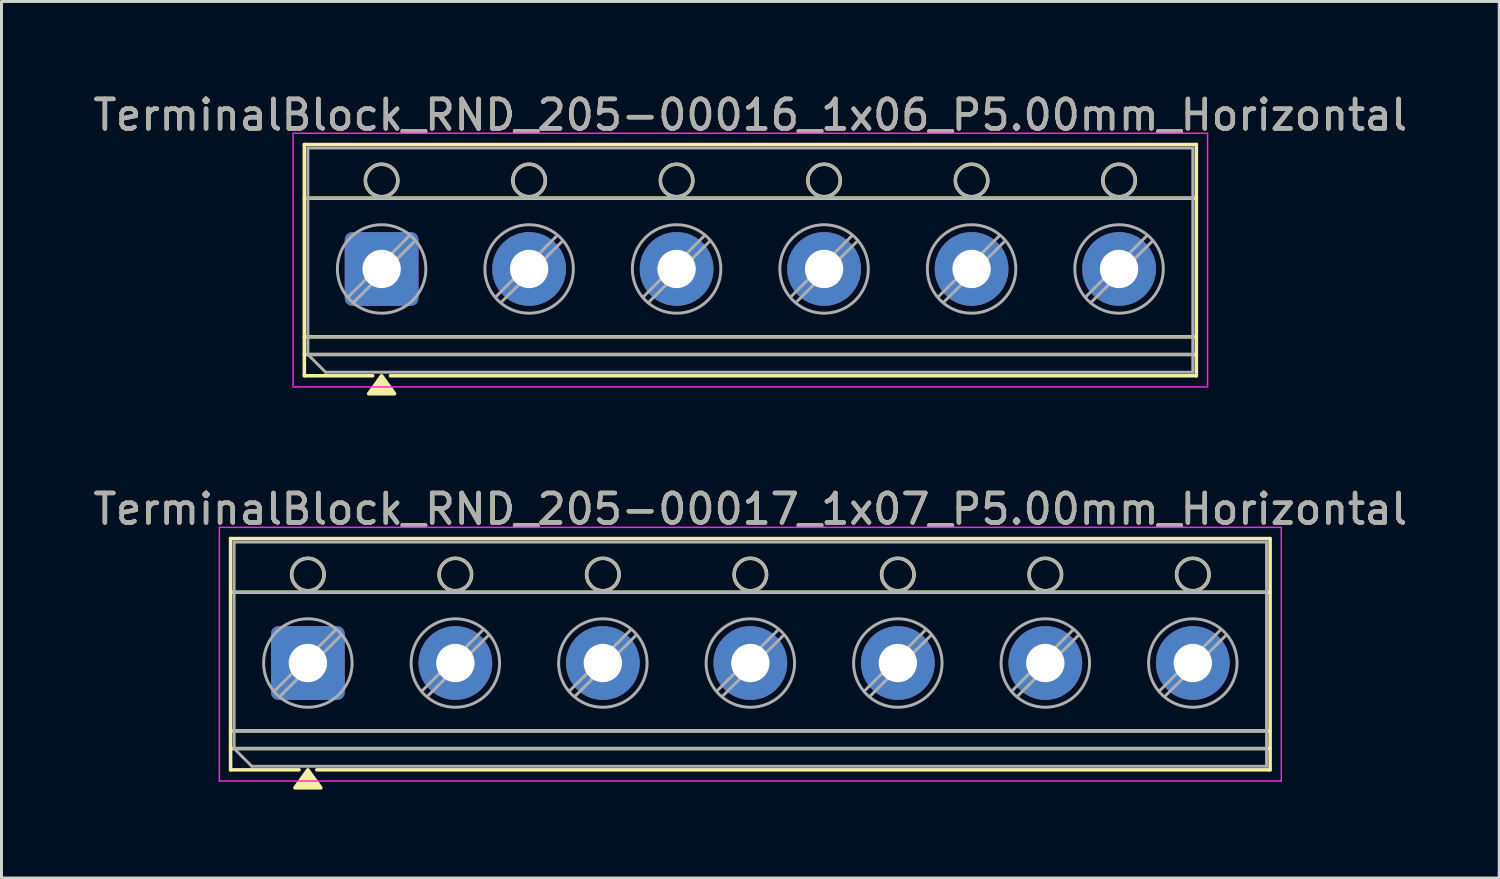
<source format=kicad_pcb>
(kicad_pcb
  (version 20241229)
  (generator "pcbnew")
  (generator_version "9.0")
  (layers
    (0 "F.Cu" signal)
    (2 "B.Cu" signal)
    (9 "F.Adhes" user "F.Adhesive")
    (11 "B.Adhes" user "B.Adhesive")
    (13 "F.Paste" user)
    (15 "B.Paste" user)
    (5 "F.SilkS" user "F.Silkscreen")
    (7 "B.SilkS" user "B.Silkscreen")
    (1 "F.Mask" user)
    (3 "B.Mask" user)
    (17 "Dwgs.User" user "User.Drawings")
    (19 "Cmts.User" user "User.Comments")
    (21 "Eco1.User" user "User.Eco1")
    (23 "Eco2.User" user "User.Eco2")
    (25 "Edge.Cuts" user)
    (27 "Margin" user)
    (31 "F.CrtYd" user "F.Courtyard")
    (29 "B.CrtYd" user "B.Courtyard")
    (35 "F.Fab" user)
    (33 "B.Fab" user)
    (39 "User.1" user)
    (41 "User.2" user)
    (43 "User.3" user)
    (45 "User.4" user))
  (footprint "TerminalBlock_RND_205-00016_1x06_P5.00mm_Horizontal"
    (layer "F.Cu")
    (at 9.887 6.068)
    (property "Reference" "TerminalBlock_RND_205-00016_1x06_P5.00mm_Horizontal" (at 12.5 -5.22 0) (layer "F.SilkS") (effects (font (size 1 1) (thickness 0.15))))
    (attr through_hole)
    (fp_line (start -2.62 -4.22) (end -2.62 3.62) (stroke (width 0.12) (type solid)) (layer "F.SilkS"))
    (fp_line (start -2.62 -4.22) (end 27.62 -4.22) (stroke (width 0.12) (type solid)) (layer "F.SilkS"))
    (fp_line (start -2.62 -2.4) (end 27.62 -2.4) (stroke (width 0.12) (type solid)) (layer "F.SilkS"))
    (fp_line (start -2.62 2.3) (end 27.62 2.3) (stroke (width 0.12) (type solid)) (layer "F.SilkS"))
    (fp_line (start -2.62 2.9) (end 27.62 2.9) (stroke (width 0.12) (type solid)) (layer "F.SilkS"))
    (fp_line (start -2.62 3.62) (end -0.3 3.62) (stroke (width 0.12) (type solid)) (layer "F.SilkS"))
    (fp_line (start 0.3 3.62) (end 27.62 3.62) (stroke (width 0.12) (type solid)) (layer "F.SilkS"))
    (fp_line (start 27.62 -4.22) (end 27.62 3.62) (stroke (width 0.12) (type solid)) (layer "F.SilkS"))
    (fp_circle (center 0 -3) (end 0.55 -3) (stroke (width 0.12) (type solid)) (fill no) (layer "F.SilkS"))
    (fp_circle (center 5 -3) (end 5.55 -3) (stroke (width 0.12) (type solid)) (fill no) (layer "F.SilkS"))
    (fp_circle (center 10 -3) (end 10.55 -3) (stroke (width 0.12) (type solid)) (fill no) (layer "F.SilkS"))
    (fp_circle (center 15 -3) (end 15.55 -3) (stroke (width 0.12) (type solid)) (fill no) (layer "F.SilkS"))
    (fp_circle (center 20 -3) (end 20.55 -3) (stroke (width 0.12) (type solid)) (fill no) (layer "F.SilkS"))
    (fp_circle (center 25 -3) (end 25.55 -3) (stroke (width 0.12) (type solid)) (fill no) (layer "F.SilkS"))
    (fp_poly (pts (xy 0 3.62) (xy 0.44 4.23) (xy -0.44 4.23)) (stroke (width 0.12) (type solid)) (fill yes) (layer "F.SilkS"))
    (fp_line (start -3 -4.6) (end -3 4) (stroke (width 0.05) (type solid)) (layer "F.CrtYd"))
    (fp_line (start -3 4) (end 28 4) (stroke (width 0.05) (type solid)) (layer "F.CrtYd"))
    (fp_line (start 28 -4.6) (end -3 -4.6) (stroke (width 0.05) (type solid)) (layer "F.CrtYd"))
    (fp_line (start 28 4) (end 28 -4.6) (stroke (width 0.05) (type solid)) (layer "F.CrtYd"))
    (fp_line (start -2.5 -4.1) (end 27.5 -4.1) (stroke (width 0.1) (type solid)) (layer "F.Fab"))
    (fp_line (start -2.5 -2.4) (end 27.5 -2.4) (stroke (width 0.1) (type solid)) (layer "F.Fab"))
    (fp_line (start -2.5 2.3) (end 27.5 2.3) (stroke (width 0.1) (type solid)) (layer "F.Fab"))
    (fp_line (start -2.5 2.9) (end -2.5 -4.1) (stroke (width 0.1) (type solid)) (layer "F.Fab"))
    (fp_line (start -2.5 2.9) (end 27.5 2.9) (stroke (width 0.1) (type solid)) (layer "F.Fab"))
    (fp_line (start -1.9 3.5) (end -2.5 2.9) (stroke (width 0.1) (type solid)) (layer "F.Fab"))
    (fp_line (start 0.955 -1.138) (end -1.138 0.954) (stroke (width 0.1) (type solid)) (layer "F.Fab"))
    (fp_line (start 1.138 -0.954) (end -0.955 1.137) (stroke (width 0.1) (type solid)) (layer "F.Fab"))
    (fp_line (start 5.955 -1.138) (end 3.862 0.954) (stroke (width 0.1) (type solid)) (layer "F.Fab"))
    (fp_line (start 6.138 -0.954) (end 4.045 1.137) (stroke (width 0.1) (type solid)) (layer "F.Fab"))
    (fp_line (start 10.955 -1.138) (end 8.862 0.954) (stroke (width 0.1) (type solid)) (layer "F.Fab"))
    (fp_line (start 11.138 -0.954) (end 9.045 1.137) (stroke (width 0.1) (type solid)) (layer "F.Fab"))
    (fp_line (start 15.955 -1.138) (end 13.862 0.954) (stroke (width 0.1) (type solid)) (layer "F.Fab"))
    (fp_line (start 16.138 -0.954) (end 14.045 1.137) (stroke (width 0.1) (type solid)) (layer "F.Fab"))
    (fp_line (start 20.955 -1.138) (end 18.862 0.954) (stroke (width 0.1) (type solid)) (layer "F.Fab"))
    (fp_line (start 21.138 -0.954) (end 19.045 1.137) (stroke (width 0.1) (type solid)) (layer "F.Fab"))
    (fp_line (start 25.955 -1.138) (end 23.862 0.954) (stroke (width 0.1) (type solid)) (layer "F.Fab"))
    (fp_line (start 26.138 -0.954) (end 24.045 1.137) (stroke (width 0.1) (type solid)) (layer "F.Fab"))
    (fp_line (start 27.5 -4.1) (end 27.5 3.5) (stroke (width 0.1) (type solid)) (layer "F.Fab"))
    (fp_line (start 27.5 3.5) (end -1.9 3.5) (stroke (width 0.1) (type solid)) (layer "F.Fab"))
    (fp_circle (center 0 -3) (end 0.55 -3) (stroke (width 0.1) (type solid)) (fill no) (layer "F.Fab"))
    (fp_circle (center 0 0) (end 1.5 0) (stroke (width 0.1) (type solid)) (fill no) (layer "F.Fab"))
    (fp_circle (center 5 -3) (end 5.55 -3) (stroke (width 0.1) (type solid)) (fill no) (layer "F.Fab"))
    (fp_circle (center 5 0) (end 6.5 0) (stroke (width 0.1) (type solid)) (fill no) (layer "F.Fab"))
    (fp_circle (center 10 -3) (end 10.55 -3) (stroke (width 0.1) (type solid)) (fill no) (layer "F.Fab"))
    (fp_circle (center 10 0) (end 11.5 0) (stroke (width 0.1) (type solid)) (fill no) (layer "F.Fab"))
    (fp_circle (center 15 -3) (end 15.55 -3) (stroke (width 0.1) (type solid)) (fill no) (layer "F.Fab"))
    (fp_circle (center 15 0) (end 16.5 0) (stroke (width 0.1) (type solid)) (fill no) (layer "F.Fab"))
    (fp_circle (center 20 -3) (end 20.55 -3) (stroke (width 0.1) (type solid)) (fill no) (layer "F.Fab"))
    (fp_circle (center 20 0) (end 21.5 0) (stroke (width 0.1) (type solid)) (fill no) (layer "F.Fab"))
    (fp_circle (center 25 -3) (end 25.55 -3) (stroke (width 0.1) (type solid)) (fill no) (layer "F.Fab"))
    (fp_circle (center 25 0) (end 26.5 0) (stroke (width 0.1) (type solid)) (fill no) (layer "F.Fab"))
    (fp_text user "${REFERENCE}" (at 12.5 -5.22 0) (layer "F.Fab") (effects (font (size 1 1) (thickness 0.15))))
    (pad "1" thru_hole roundrect (at 0 0) (size 2.5 2.5) (drill 1.3) (layers "*.Cu" "*.Mask") (roundrect_rratio 0.1))
    (pad "2" thru_hole circle (at 5 0) (size 2.5 2.5) (drill 1.3) (layers "*.Cu" "*.Mask"))
    (pad "3" thru_hole circle (at 10 0) (size 2.5 2.5) (drill 1.3) (layers "*.Cu" "*.Mask"))
    (pad "4" thru_hole circle (at 15 0) (size 2.5 2.5) (drill 1.3) (layers "*.Cu" "*.Mask"))
    (pad "5" thru_hole circle (at 20 0) (size 2.5 2.5) (drill 1.3) (layers "*.Cu" "*.Mask"))
    (pad "6" thru_hole circle (at 25 0) (size 2.5 2.5) (drill 1.3) (layers "*.Cu" "*.Mask")))
  (footprint "TerminalBlock_RND_205-00017_1x07_P5.00mm_Horizontal"
    (layer "F.Cu")
    (at 7.387 19.427)
    (property "Reference" "TerminalBlock_RND_205-00017_1x07_P5.00mm_Horizontal" (at 15 -5.22 0) (layer "F.SilkS") (effects (font (size 1 1) (thickness 0.15))))
    (attr through_hole)
    (fp_line (start -2.62 -4.22) (end -2.62 3.62) (stroke (width 0.12) (type solid)) (layer "F.SilkS"))
    (fp_line (start -2.62 -4.22) (end 32.62 -4.22) (stroke (width 0.12) (type solid)) (layer "F.SilkS"))
    (fp_line (start -2.62 -2.4) (end 32.62 -2.4) (stroke (width 0.12) (type solid)) (layer "F.SilkS"))
    (fp_line (start -2.62 2.3) (end 32.62 2.3) (stroke (width 0.12) (type solid)) (layer "F.SilkS"))
    (fp_line (start -2.62 2.9) (end 32.62 2.9) (stroke (width 0.12) (type solid)) (layer "F.SilkS"))
    (fp_line (start -2.62 3.62) (end -0.3 3.62) (stroke (width 0.12) (type solid)) (layer "F.SilkS"))
    (fp_line (start 0.3 3.62) (end 32.62 3.62) (stroke (width 0.12) (type solid)) (layer "F.SilkS"))
    (fp_line (start 32.62 -4.22) (end 32.62 3.62) (stroke (width 0.12) (type solid)) (layer "F.SilkS"))
    (fp_circle (center 0 -3) (end 0.55 -3) (stroke (width 0.12) (type solid)) (fill no) (layer "F.SilkS"))
    (fp_circle (center 5 -3) (end 5.55 -3) (stroke (width 0.12) (type solid)) (fill no) (layer "F.SilkS"))
    (fp_circle (center 10 -3) (end 10.55 -3) (stroke (width 0.12) (type solid)) (fill no) (layer "F.SilkS"))
    (fp_circle (center 15 -3) (end 15.55 -3) (stroke (width 0.12) (type solid)) (fill no) (layer "F.SilkS"))
    (fp_circle (center 20 -3) (end 20.55 -3) (stroke (width 0.12) (type solid)) (fill no) (layer "F.SilkS"))
    (fp_circle (center 25 -3) (end 25.55 -3) (stroke (width 0.12) (type solid)) (fill no) (layer "F.SilkS"))
    (fp_circle (center 30 -3) (end 30.55 -3) (stroke (width 0.12) (type solid)) (fill no) (layer "F.SilkS"))
    (fp_poly (pts (xy 0 3.62) (xy 0.44 4.23) (xy -0.44 4.23)) (stroke (width 0.12) (type solid)) (fill yes) (layer "F.SilkS"))
    (fp_line (start -3 -4.6) (end -3 4) (stroke (width 0.05) (type solid)) (layer "F.CrtYd"))
    (fp_line (start -3 4) (end 33 4) (stroke (width 0.05) (type solid)) (layer "F.CrtYd"))
    (fp_line (start 33 -4.6) (end -3 -4.6) (stroke (width 0.05) (type solid)) (layer "F.CrtYd"))
    (fp_line (start 33 4) (end 33 -4.6) (stroke (width 0.05) (type solid)) (layer "F.CrtYd"))
    (fp_line (start -2.5 -4.1) (end 32.5 -4.1) (stroke (width 0.1) (type solid)) (layer "F.Fab"))
    (fp_line (start -2.5 -2.4) (end 32.5 -2.4) (stroke (width 0.1) (type solid)) (layer "F.Fab"))
    (fp_line (start -2.5 2.3) (end 32.5 2.3) (stroke (width 0.1) (type solid)) (layer "F.Fab"))
    (fp_line (start -2.5 2.9) (end -2.5 -4.1) (stroke (width 0.1) (type solid)) (layer "F.Fab"))
    (fp_line (start -2.5 2.9) (end 32.5 2.9) (stroke (width 0.1) (type solid)) (layer "F.Fab"))
    (fp_line (start -1.9 3.5) (end -2.5 2.9) (stroke (width 0.1) (type solid)) (layer "F.Fab"))
    (fp_line (start 0.955 -1.138) (end -1.138 0.954) (stroke (width 0.1) (type solid)) (layer "F.Fab"))
    (fp_line (start 1.138 -0.954) (end -0.955 1.137) (stroke (width 0.1) (type solid)) (layer "F.Fab"))
    (fp_line (start 5.955 -1.138) (end 3.862 0.954) (stroke (width 0.1) (type solid)) (layer "F.Fab"))
    (fp_line (start 6.138 -0.954) (end 4.045 1.137) (stroke (width 0.1) (type solid)) (layer "F.Fab"))
    (fp_line (start 10.955 -1.138) (end 8.862 0.954) (stroke (width 0.1) (type solid)) (layer "F.Fab"))
    (fp_line (start 11.138 -0.954) (end 9.045 1.137) (stroke (width 0.1) (type solid)) (layer "F.Fab"))
    (fp_line (start 15.955 -1.138) (end 13.862 0.954) (stroke (width 0.1) (type solid)) (layer "F.Fab"))
    (fp_line (start 16.138 -0.954) (end 14.045 1.137) (stroke (width 0.1) (type solid)) (layer "F.Fab"))
    (fp_line (start 20.955 -1.138) (end 18.862 0.954) (stroke (width 0.1) (type solid)) (layer "F.Fab"))
    (fp_line (start 21.138 -0.954) (end 19.045 1.137) (stroke (width 0.1) (type solid)) (layer "F.Fab"))
    (fp_line (start 25.955 -1.138) (end 23.862 0.954) (stroke (width 0.1) (type solid)) (layer "F.Fab"))
    (fp_line (start 26.138 -0.954) (end 24.045 1.137) (stroke (width 0.1) (type solid)) (layer "F.Fab"))
    (fp_line (start 30.955 -1.138) (end 28.862 0.954) (stroke (width 0.1) (type solid)) (layer "F.Fab"))
    (fp_line (start 31.138 -0.954) (end 29.045 1.137) (stroke (width 0.1) (type solid)) (layer "F.Fab"))
    (fp_line (start 32.5 -4.1) (end 32.5 3.5) (stroke (width 0.1) (type solid)) (layer "F.Fab"))
    (fp_line (start 32.5 3.5) (end -1.9 3.5) (stroke (width 0.1) (type solid)) (layer "F.Fab"))
    (fp_circle (center 0 -3) (end 0.55 -3) (stroke (width 0.1) (type solid)) (fill no) (layer "F.Fab"))
    (fp_circle (center 0 0) (end 1.5 0) (stroke (width 0.1) (type solid)) (fill no) (layer "F.Fab"))
    (fp_circle (center 5 -3) (end 5.55 -3) (stroke (width 0.1) (type solid)) (fill no) (layer "F.Fab"))
    (fp_circle (center 5 0) (end 6.5 0) (stroke (width 0.1) (type solid)) (fill no) (layer "F.Fab"))
    (fp_circle (center 10 -3) (end 10.55 -3) (stroke (width 0.1) (type solid)) (fill no) (layer "F.Fab"))
    (fp_circle (center 10 0) (end 11.5 0) (stroke (width 0.1) (type solid)) (fill no) (layer "F.Fab"))
    (fp_circle (center 15 -3) (end 15.55 -3) (stroke (width 0.1) (type solid)) (fill no) (layer "F.Fab"))
    (fp_circle (center 15 0) (end 16.5 0) (stroke (width 0.1) (type solid)) (fill no) (layer "F.Fab"))
    (fp_circle (center 20 -3) (end 20.55 -3) (stroke (width 0.1) (type solid)) (fill no) (layer "F.Fab"))
    (fp_circle (center 20 0) (end 21.5 0) (stroke (width 0.1) (type solid)) (fill no) (layer "F.Fab"))
    (fp_circle (center 25 -3) (end 25.55 -3) (stroke (width 0.1) (type solid)) (fill no) (layer "F.Fab"))
    (fp_circle (center 25 0) (end 26.5 0) (stroke (width 0.1) (type solid)) (fill no) (layer "F.Fab"))
    (fp_circle (center 30 -3) (end 30.55 -3) (stroke (width 0.1) (type solid)) (fill no) (layer "F.Fab"))
    (fp_circle (center 30 0) (end 31.5 0) (stroke (width 0.1) (type solid)) (fill no) (layer "F.Fab"))
    (fp_text user "${REFERENCE}" (at 15 -5.22 0) (layer "F.Fab") (effects (font (size 1 1) (thickness 0.15))))
    (pad "1" thru_hole roundrect (at 0 0) (size 2.5 2.5) (drill 1.3) (layers "*.Cu" "*.Mask") (roundrect_rratio 0.1))
    (pad "2" thru_hole circle (at 5 0) (size 2.5 2.5) (drill 1.3) (layers "*.Cu" "*.Mask"))
    (pad "3" thru_hole circle (at 10 0) (size 2.5 2.5) (drill 1.3) (layers "*.Cu" "*.Mask"))
    (pad "4" thru_hole circle (at 15 0) (size 2.5 2.5) (drill 1.3) (layers "*.Cu" "*.Mask"))
    (pad "5" thru_hole circle (at 20 0) (size 2.5 2.5) (drill 1.3) (layers "*.Cu" "*.Mask"))
    (pad "6" thru_hole circle (at 25 0) (size 2.5 2.5) (drill 1.3) (layers "*.Cu" "*.Mask"))
    (pad "7" thru_hole circle (at 30 0) (size 2.5 2.5) (drill 1.3) (layers "*.Cu" "*.Mask")))
  (gr_rect
    (start -3 -3)
    (end 47.774 26.716)
    (stroke (width 0.1) (type default))
    (fill no)
    (layer "Edge.Cuts")))
</source>
